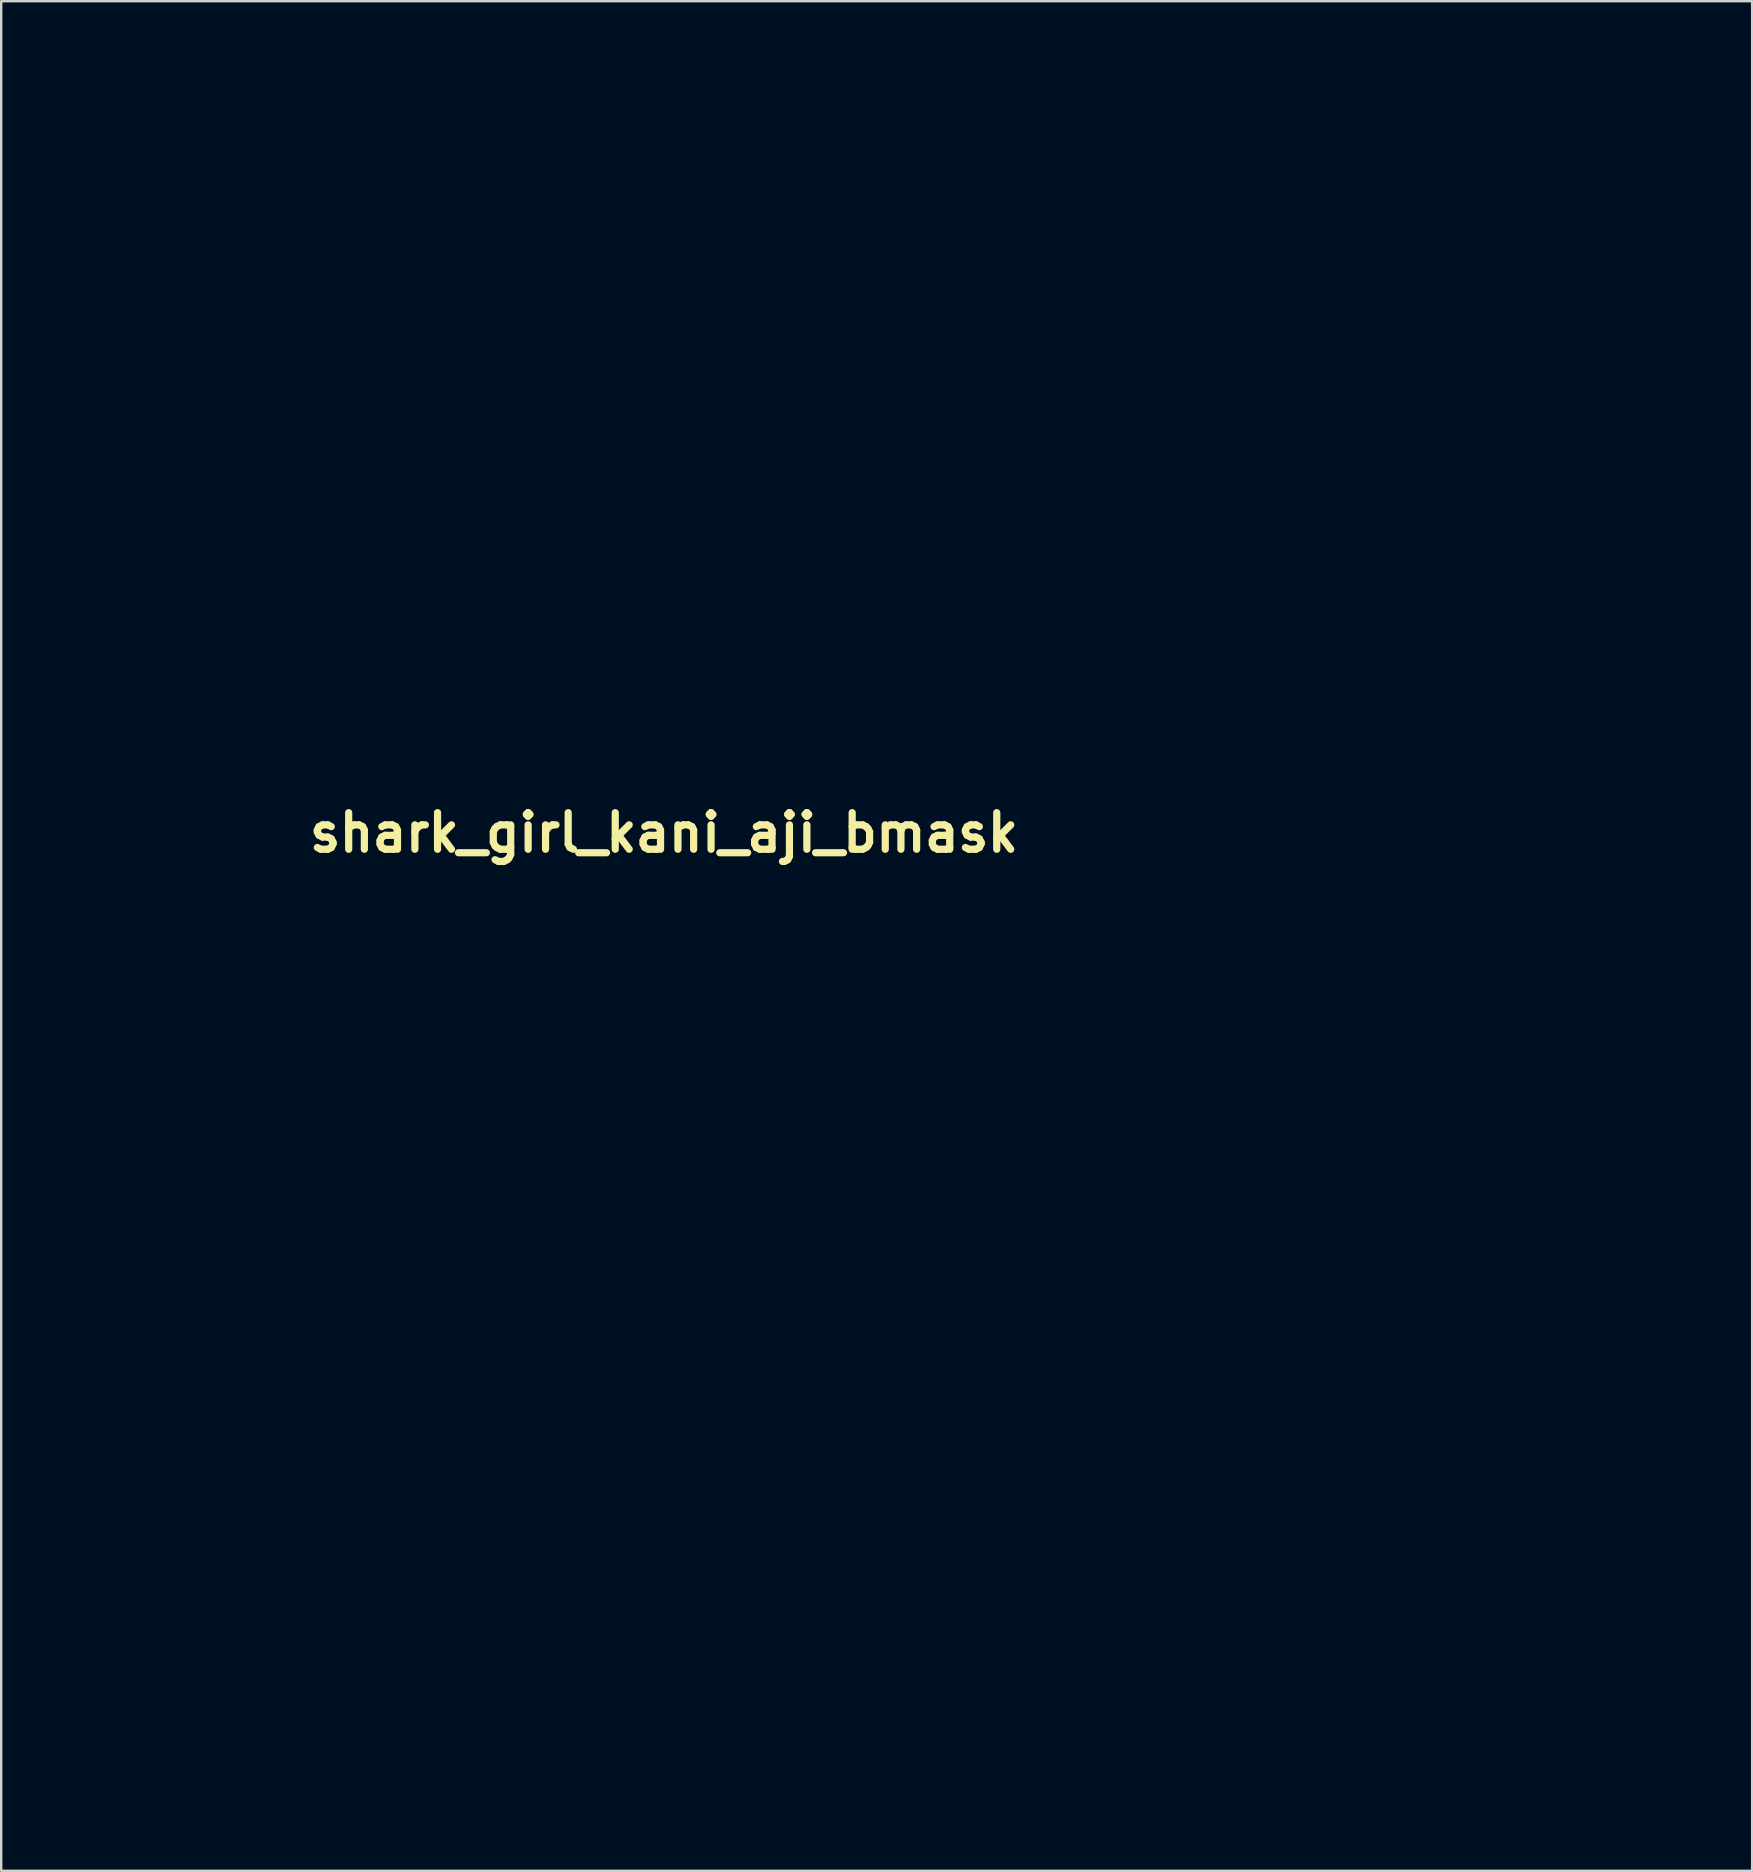
<source format=kicad_pcb>
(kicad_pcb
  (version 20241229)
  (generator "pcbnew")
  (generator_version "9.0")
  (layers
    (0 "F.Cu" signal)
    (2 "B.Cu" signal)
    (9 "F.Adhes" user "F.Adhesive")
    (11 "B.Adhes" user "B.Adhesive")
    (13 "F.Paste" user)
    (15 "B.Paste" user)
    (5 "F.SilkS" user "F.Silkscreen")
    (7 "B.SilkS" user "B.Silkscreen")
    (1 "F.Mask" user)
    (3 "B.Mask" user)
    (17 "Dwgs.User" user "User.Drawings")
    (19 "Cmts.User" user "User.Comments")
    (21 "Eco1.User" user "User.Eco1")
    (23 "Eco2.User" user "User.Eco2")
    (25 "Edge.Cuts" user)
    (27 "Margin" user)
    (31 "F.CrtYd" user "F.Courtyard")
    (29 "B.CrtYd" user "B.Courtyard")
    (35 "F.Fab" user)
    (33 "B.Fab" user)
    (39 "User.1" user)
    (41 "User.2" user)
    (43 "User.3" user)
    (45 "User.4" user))
  (footprint "shark_girl_kani_aji_bmask"
    (layer "F.Cu")
    (at 24.611 31.638)
    (property "Reference" "shark_girl_kani_aji_bmask" (at 0 0 0) (layer "F.SilkS") (effects (font (size 1.524 1.524) (thickness 0.3))))
    (attr through_hole)
    (fp_poly (pts (xy -19.352 33.504) (xy -19.473 33.625) (xy -19.594 33.504) (xy -19.473 33.383) (xy -19.352 33.504)) (stroke (width 0.01) (type solid)) (fill yes) (layer "B.Mask"))
    (fp_poly (pts (xy -22.578 34.673) (xy -22.611 34.817) (xy -22.739 34.834) (xy -22.938 34.746) (xy -22.9 34.673) (xy -22.613 34.644) (xy -22.578 34.673)) (stroke (width 0.01) (type solid)) (fill yes) (layer "B.Mask"))
    (fp_poly (pts (xy -20.622 34.668) (xy -20.547 34.738) (xy -20.882 34.776) (xy -21.046 34.778) (xy -21.486 34.753) (xy -21.538 34.69) (xy -21.469 34.668) (xy -20.856 34.63) (xy -20.622 34.668)) (stroke (width 0.01) (type solid)) (fill yes) (layer "B.Mask"))
    (fp_poly (pts (xy -18.278 34.373) (xy -18.542 34.539) (xy -18.907 34.599) (xy -19.109 34.513) (xy -19.11 34.5) (xy -18.911 34.373) (xy -18.626 34.28) (xy -18.299 34.264) (xy -18.278 34.373)) (stroke (width 0.01) (type solid)) (fill yes) (layer "B.Mask"))
    (fp_poly (pts (xy -14.752 -21.357) (xy -14.332 -21.128) (xy -14.34 -20.829) (xy -14.502 -20.69) (xy -14.778 -20.758) (xy -14.982 -21.015) (xy -15.11 -21.353) (xy -14.895 -21.39) (xy -14.752 -21.357)) (stroke (width 0.01) (type solid)) (fill yes) (layer "B.Mask"))
    (fp_poly (pts (xy -4.907 -11.026) (xy -5.187 -10.781) (xy -5.592 -10.551) (xy -6.038 -10.419) (xy -6.381 -10.404) (xy -6.477 -10.522) (xy -6.398 -10.627) (xy -6.01 -10.836) (xy -5.443 -11.006) (xy -4.965 -11.094) (xy -4.907 -11.026)) (stroke (width 0.01) (type solid)) (fill yes) (layer "B.Mask"))
    (fp_poly (pts (xy -20.575 31.531) (xy -20.562 31.602) (xy -20.753 31.888) (xy -21.184 32.2) (xy -21.643 32.394) (xy -21.748 32.408) (xy -21.923 32.33) (xy -21.741 32.034) (xy -21.65 31.931) (xy -21.224 31.59) (xy -20.812 31.44) (xy -20.575 31.531)) (stroke (width 0.01) (type solid)) (fill yes) (layer "B.Mask"))
    (fp_poly (pts (xy -22.253 32.364) (xy -22.169 32.533) (xy -22.155 32.813) (xy -22.247 32.836) (xy -22.541 32.962) (xy -22.809 33.242) (xy -23.094 33.532) (xy -23.253 33.41) (xy -23.266 33.375) (xy -23.204 32.978) (xy -22.927 32.512) (xy -22.583 32.203) (xy -22.469 32.173) (xy -22.253 32.364)) (stroke (width 0.01) (type solid)) (fill yes) (layer "B.Mask"))
    (fp_poly (pts (xy -1.761 4.068) (xy -1.478 4.546) (xy -1.205 5.131) (xy -1.022 5.65) (xy -1.01 5.929) (xy -1.01 5.929) (xy -1.258 5.911) (xy -1.311 5.866) (xy -1.499 5.562) (xy -1.766 5.02) (xy -2.019 4.441) (xy -2.167 4.026) (xy -2.177 3.962) (xy -1.995 3.871) (xy -1.972 3.87) (xy -1.761 4.068)) (stroke (width 0.01) (type solid)) (fill yes) (layer "B.Mask"))
    (fp_poly (pts (xy -9.309 -1.045) (xy -9.507 -0.601) (xy -9.947 0.047) (xy -10.582 0.823) (xy -10.603 0.847) (xy -11.178 1.457) (xy -11.599 1.834) (xy -11.813 1.938) (xy -11.766 1.729) (xy -11.73 1.664) (xy -11.379 1.123) (xy -10.889 0.459) (xy -10.353 -0.215) (xy -9.861 -0.787) (xy -9.505 -1.145) (xy -9.396 -1.21) (xy -9.309 -1.045)) (stroke (width 0.01) (type solid)) (fill yes) (layer "B.Mask"))
    (fp_poly (pts (xy -10.426 -1.999) (xy -10.67 -1.565) (xy -11.119 -0.901) (xy -11.492 -0.392) (xy -12.097 0.4) (xy -12.59 1.022) (xy -12.901 1.389) (xy -12.971 1.451) (xy -13.056 1.257) (xy -13.063 1.137) (xy -12.913 0.789) (xy -12.525 0.208) (xy -11.996 -0.489) (xy -11.419 -1.183) (xy -10.891 -1.757) (xy -10.506 -2.092) (xy -10.434 -2.128) (xy -10.426 -1.999)) (stroke (width 0.01) (type solid)) (fill yes) (layer "B.Mask"))
    (fp_poly (pts (xy -21.428 32.737) (xy -20.917 32.882) (xy -20.724 32.907) (xy -20.668 33.028) (xy -20.911 33.27) (xy -21.203 33.52) (xy -21.109 33.622) (xy -20.669 33.653) (xy -19.957 33.682) (xy -20.683 33.867) (xy -21.463 34.001) (xy -22.255 34.058) (xy -23.102 34.065) (xy -22.339 33.844) (xy -21.819 33.629) (xy -21.674 33.331) (xy -21.712 33.099) (xy -21.749 32.727) (xy -21.514 32.707) (xy -21.428 32.737)) (stroke (width 0.01) (type solid)) (fill yes) (layer "B.Mask"))
    (fp_poly (pts (xy -10.437 -13.409) (xy -10.481 -13.134) (xy -10.704 -12.981) (xy -10.789 -12.875) (xy -10.583 -12.84) (xy -10.225 -12.937) (xy -10.16 -13.063) (xy -9.976 -13.298) (xy -9.918 -13.305) (xy -9.694 -13.148) (xy -9.727 -12.816) (xy -9.981 -12.521) (xy -10.059 -12.484) (xy -10.769 -12.346) (xy -11.208 -12.56) (xy -11.278 -12.688) (xy -11.287 -13.207) (xy -10.946 -13.518) (xy -10.75 -13.547) (xy -10.437 -13.409)) (stroke (width 0.01) (type solid)) (fill yes) (layer "B.Mask"))
    (fp_poly (pts (xy -15.433 -4.363) (xy -15.025 -3.8) (xy -14.785 -3.043) (xy -14.913 -2.507) (xy -15.319 -2.255) (xy -15.916 -2.348) (xy -16.524 -2.76) (xy -17.037 -3.423) (xy -17.045 -3.475) (xy -15.966 -3.475) (xy -15.828 -3.091) (xy -15.804 -3.064) (xy -15.545 -3.007) (xy -15.518 -3.028) (xy -15.552 -3.276) (xy -15.679 -3.439) (xy -15.923 -3.575) (xy -15.966 -3.475) (xy -17.045 -3.475) (xy -17.14 -4.033) (xy -16.827 -4.511) (xy -16.691 -4.596) (xy -16.042 -4.706) (xy -15.433 -4.363)) (stroke (width 0.01) (type solid)) (fill yes) (layer "B.Mask"))
    (fp_poly (pts (xy -16.989 -25.36) (xy -17.081 -25.157) (xy -17.236 -24.977) (xy -17.652 -24.238) (xy -17.964 -23.144) (xy -18.165 -21.813) (xy -18.247 -20.363) (xy -18.204 -18.913) (xy -18.028 -17.581) (xy -17.752 -16.584) (xy -17.747 -16.265) (xy -17.856 -16.208) (xy -18.088 -16.414) (xy -18.324 -16.919) (xy -18.349 -16.994) (xy -18.641 -18.082) (xy -18.775 -19.052) (xy -18.764 -20.103) (xy -18.635 -21.327) (xy -18.39 -22.834) (xy -18.091 -24.041) (xy -17.758 -24.895) (xy -17.409 -25.344) (xy -17.239 -25.4) (xy -16.989 -25.36)) (stroke (width 0.01) (type solid)) (fill yes) (layer "B.Mask"))
    (fp_poly (pts (xy -19.588 31.598) (xy -18.945 32.102) (xy -18.731 32.294) (xy -18.271 32.762) (xy -18.066 33.07) (xy -18.11 33.141) (xy -18.298 33.28) (xy -18.264 33.383) (xy -18.275 33.606) (xy -18.356 33.625) (xy -18.698 33.448) (xy -18.748 33.383) (xy -18.705 33.162) (xy -18.58 33.133) (xy -18.475 33.023) (xy -18.723 32.778) (xy -19.155 32.556) (xy -19.388 32.558) (xy -19.757 32.569) (xy -19.862 32.52) (xy -19.972 32.302) (xy -19.802 32.147) (xy -19.616 31.973) (xy -19.776 31.935) (xy -20.057 31.779) (xy -20.078 31.69) (xy -19.959 31.464) (xy -19.588 31.598)) (stroke (width 0.01) (type solid)) (fill yes) (layer "B.Mask"))
    (fp_poly (pts (xy -7.871 -16.838) (xy -7.862 -16.691) (xy -7.812 -16.48) (xy -7.661 -16.45) (xy -7.332 -16.24) (xy -7.144 -15.719) (xy -7.129 -15.045) (xy -7.273 -14.477) (xy -7.696 -13.939) (xy -8.274 -13.779) (xy -8.854 -14.033) (xy -8.902 -14.079) (xy -9.161 -14.525) (xy -9.192 -14.712) (xy -9.343 -14.942) (xy -9.737 -14.896) (xy -10.368 -14.739) (xy -11.095 -14.59) (xy -11.628 -14.514) (xy -11.782 -14.604) (xy -11.651 -14.924) (xy -11.634 -14.957) (xy -11.155 -15.393) (xy -10.232 -15.781) (xy -9.973 -15.857) (xy -9.028 -16.123) (xy -8.486 -16.287) (xy -8.281 -16.377) (xy -8.349 -16.417) (xy -8.541 -16.43) (xy -8.837 -16.538) (xy -8.782 -16.736) (xy -8.462 -16.901) (xy -8.196 -16.933) (xy -7.871 -16.838)) (stroke (width 0.01) (type solid)) (fill yes) (layer "B.Mask"))
    (fp_poly (pts (xy -19.402 29.072) (xy -18.84 29.165) (xy -18.737 29.214) (xy -18.287 29.727) (xy -17.844 30.557) (xy -17.48 31.538) (xy -17.269 32.506) (xy -17.266 32.528) (xy -17.209 34.024) (xy -17.444 35.196) (xy -17.962 36.093) (xy -18.328 36.455) (xy -18.777 36.679) (xy -19.455 36.816) (xy -20.199 36.893) (xy -21.226 36.948) (xy -21.953 36.888) (xy -22.553 36.692) (xy -22.739 36.602) (xy -23.54 35.95) (xy -23.874 35.318) (xy -24.089 34.259) (xy -24.144 32.949) (xy -24.092 32.28) (xy -23.588 32.28) (xy -23.577 32.981) (xy -23.527 33.509) (xy -23.437 33.722) (xy -23.418 33.717) (xy -23.323 33.843) (xy -23.332 34.311) (xy -23.363 34.537) (xy -23.419 35.199) (xy -23.258 35.627) (xy -22.824 36.031) (xy -22.408 36.317) (xy -21.982 36.46) (xy -21.391 36.484) (xy -20.482 36.414) (xy -20.441 36.41) (xy -19.555 36.295) (xy -18.846 36.152) (xy -18.467 36.012) (xy -18.464 36.009) (xy -18.059 35.396) (xy -17.817 34.419) (xy -17.761 33.175) (xy -17.77 32.971) (xy -17.903 31.923) (xy -18.156 30.995) (xy -18.486 30.285) (xy -18.852 29.894) (xy -19.096 29.858) (xy -19.509 29.93) (xy -20.255 30.022) (xy -21.186 30.116) (xy -21.352 30.131) (xy -22.263 30.241) (xy -22.978 30.384) (xy -23.367 30.533) (xy -23.395 30.562) (xy -23.495 30.928) (xy -23.56 31.548) (xy -23.588 32.28) (xy -24.092 32.28) (xy -24.039 31.593) (xy -23.869 30.722) (xy -23.629 30.008) (xy -23.363 29.682) (xy -22.104 29.682) (xy -21.771 29.716) (xy -21.428 29.678) (xy -21.469 29.594) (xy -21.964 29.562) (xy -22.074 29.594) (xy -22.104 29.682) (xy -23.363 29.682) (xy -23.3 29.606) (xy -22.742 29.345) (xy -22.739 29.345) (xy -22.056 29.19) (xy -21.167 29.089) (xy -20.23 29.048) (xy -19.402 29.072)) (stroke (width 0.01) (type solid)) (fill yes) (layer "B.Mask"))
    (fp_poly (pts (xy -10.587 -31.48) (xy -8.445 -30.925) (xy -6.482 -29.995) (xy -4.75 -28.721) (xy -3.302 -27.129) (xy -2.189 -25.247) (xy -1.717 -24.031) (xy -1.363 -23.044) (xy -0.937 -22.023) (xy -0.486 -21.068) (xy -0.063 -20.278) (xy 0.285 -19.755) (xy 0.487 -19.594) (xy 0.676 -19.39) (xy 0.726 -19.068) (xy 0.726 -18.542) (xy 0.181 -19.024) (xy -0.445 -19.52) (xy -1.028 -19.918) (xy -1.693 -20.331) (xy -1.693 -18.168) (xy -1.714 -16.874) (xy -1.785 -15.999) (xy -1.916 -15.482) (xy -2.12 -15.26) (xy -2.234 -15.24) (xy -2.365 -15.465) (xy -2.374 -16.1) (xy -2.336 -16.51) (xy -2.285 -17.148) (xy -2.315 -17.398) (xy -2.39 -17.296) (xy -2.475 -16.848) (xy -2.544 -16.029) (xy -2.594 -14.953) (xy -2.623 -13.734) (xy -2.629 -12.485) (xy -2.611 -11.32) (xy -2.566 -10.352) (xy -2.524 -9.907) (xy -2.409 -9.116) (xy -2.24 -8.638) (xy -1.915 -8.421) (xy -1.338 -8.409) (xy -0.407 -8.55) (xy -0.118 -8.601) (xy 1.518 -8.851) (xy 2.748 -8.94) (xy 3.629 -8.86) (xy 4.213 -8.601) (xy 4.558 -8.152) (xy 4.676 -7.764) (xy 4.821 -7.304) (xy 5.112 -7.078) (xy 5.706 -6.981) (xy 5.857 -6.969) (xy 6.453 -6.897) (xy 6.85 -6.713) (xy 7.186 -6.31) (xy 7.583 -5.61) (xy 7.963 -4.849) (xy 8.12 -4.339) (xy 8.085 -3.916) (xy 7.984 -3.631) (xy 7.617 -2.978) (xy 7.234 -2.519) (xy 7.018 -2.292) (xy 6.974 -2.067) (xy 7.148 -1.75) (xy 7.584 -1.244) (xy 8.047 -0.748) (xy 9.789 1.175) (xy 11.156 2.854) (xy 12.171 4.315) (xy 12.341 4.596) (xy 13.441 6.695) (xy 14.453 9.053) (xy 15.284 11.446) (xy 15.622 12.655) (xy 16.241 15.119) (xy 17.855 16.329) (xy 18.488 16.843) (xy 19.393 17.635) (xy 20.499 18.638) (xy 21.736 19.789) (xy 23.034 21.023) (xy 23.843 21.807) (xy 25.336 23.251) (xy 26.548 24.389) (xy 27.531 25.267) (xy 28.336 25.928) (xy 29.017 26.417) (xy 29.626 26.778) (xy 29.772 26.853) (xy 30.675 27.328) (xy 31.507 27.807) (xy 32.052 28.161) (xy 32.705 28.605) (xy 33.526 29.118) (xy 33.903 29.34) (xy 34.793 29.918) (xy 35.695 30.6) (xy 35.98 30.843) (xy 36.986 31.637) (xy 38.314 32.525) (xy 39.837 33.425) (xy 40.912 33.999) (xy 41.583 34.4) (xy 42.058 34.79) (xy 42.182 34.964) (xy 42.323 35.786) (xy 42.078 36.421) (xy 41.962 36.535) (xy 41.737 36.673) (xy 41.668 36.516) (xy 41.728 35.981) (xy 41.747 35.864) (xy 41.903 34.885) (xy 39.639 33.719) (xy 38.543 33.11) (xy 37.481 32.444) (xy 36.612 31.823) (xy 36.286 31.549) (xy 35.297 30.748) (xy 33.994 29.85) (xy 32.51 28.939) (xy 30.979 28.097) (xy 29.854 27.55) (xy 29.156 27.188) (xy 28.415 26.698) (xy 27.56 26.025) (xy 26.522 25.115) (xy 25.229 23.91) (xy 25.108 23.795) (xy 24.058 22.79) (xy 23.11 21.876) (xy 22.329 21.115) (xy 21.777 20.568) (xy 21.53 20.31) (xy 21.123 19.899) (xy 20.425 19.257) (xy 19.521 18.456) (xy 18.496 17.57) (xy 17.435 16.671) (xy 16.422 15.832) (xy 15.544 15.126) (xy 14.948 14.672) (xy 13.501 13.656) (xy 12.324 12.929) (xy 11.328 12.456) (xy 10.427 12.2) (xy 9.531 12.125) (xy 8.801 12.168) (xy 8.036 12.266) (xy 7.471 12.375) (xy 7.295 12.435) (xy 7.221 12.69) (xy 7.283 13.3) (xy 7.487 14.291) (xy 7.838 15.69) (xy 8.281 17.312) (xy 8.83 19.264) (xy 11.57 21.848) (xy 12.535 22.738) (xy 13.396 23.495) (xy 14.086 24.063) (xy 14.535 24.383) (xy 14.654 24.432) (xy 14.964 24.571) (xy 14.998 24.677) (xy 15.197 24.942) (xy 15.718 25.35) (xy 16.452 25.831) (xy 17.287 26.317) (xy 18.114 26.735) (xy 18.533 26.915) (xy 19.406 27.321) (xy 20.29 27.825) (xy 20.441 27.925) (xy 21.08 28.302) (xy 21.608 28.519) (xy 21.745 28.54) (xy 22.173 28.613) (xy 22.906 28.81) (xy 23.827 29.092) (xy 24.818 29.42) (xy 25.761 29.753) (xy 26.539 30.052) (xy 27.034 30.278) (xy 27.144 30.357) (xy 27.161 30.717) (xy 27.083 30.829) (xy 26.91 31.269) (xy 26.858 31.994) (xy 26.921 32.823) (xy 27.091 33.575) (xy 27.203 33.845) (xy 27.688 34.435) (xy 28.274 34.822) (xy 28.991 34.974) (xy 29.702 34.906) (xy 30.197 34.642) (xy 30.238 34.59) (xy 30.518 34.408) (xy 30.985 34.266) (xy 31.466 34.193) (xy 31.791 34.218) (xy 31.826 34.325) (xy 31.863 34.553) (xy 32.047 34.592) (xy 32.417 34.693) (xy 33.11 34.964) (xy 34.013 35.359) (xy 34.7 35.681) (xy 35.755 36.176) (xy 36.537 36.492) (xy 37.208 36.669) (xy 37.928 36.747) (xy 38.856 36.766) (xy 39.107 36.765) (xy 41.245 36.761) (xy 40.448 36.251) (xy 39.941 35.859) (xy 39.801 35.616) (xy 40.021 35.588) (xy 40.507 35.795) (xy 41.069 36.237) (xy 41.303 36.729) (xy 41.239 37.021) (xy 40.954 37.115) (xy 40.305 37.187) (xy 39.41 37.225) (xy 39.009 37.229) (xy 37.919 37.21) (xy 37.146 37.131) (xy 36.524 36.958) (xy 35.886 36.655) (xy 35.689 36.547) (xy 34.789 36.095) (xy 33.694 35.618) (xy 32.846 35.294) (xy 31.957 34.999) (xy 31.363 34.87) (xy 30.909 34.891) (xy 30.441 35.045) (xy 30.427 35.051) (xy 29.349 35.427) (xy 28.539 35.511) (xy 27.869 35.293) (xy 27.216 34.764) (xy 26.73 34.211) (xy 26.448 33.659) (xy 26.33 32.962) (xy 26.337 31.976) (xy 26.358 31.598) (xy 26.301 30.817) (xy 25.962 30.393) (xy 25.266 30.245) (xy 25.112 30.242) (xy 24.581 30.164) (xy 24.323 30.015) (xy 24.044 29.843) (xy 23.418 29.576) (xy 22.561 29.261) (xy 22.192 29.136) (xy 21.265 28.787) (xy 20.131 28.295) (xy 18.898 27.714) (xy 17.67 27.097) (xy 16.554 26.497) (xy 15.655 25.969) (xy 15.079 25.565) (xy 15.022 25.514) (xy 14.777 25.379) (xy 14.435 25.441) (xy 13.889 25.737) (xy 13.329 26.105) (xy 12.597 26.585) (xy 12.002 26.95) (xy 11.682 27.117) (xy 11.572 27.376) (xy 11.732 27.935) (xy 12.119 28.724) (xy 12.691 29.676) (xy 13.404 30.722) (xy 14.214 31.793) (xy 15.078 32.82) (xy 15.755 33.542) (xy 16.363 34.063) (xy 17.269 34.73) (xy 18.351 35.457) (xy 19.445 36.133) (xy 20.787 36.927) (xy 21.766 37.523) (xy 22.441 37.964) (xy 22.868 38.295) (xy 23.102 38.56) (xy 23.202 38.803) (xy 23.223 39.068) (xy 23.223 39.079) (xy 23.193 39.402) (xy 23.028 39.58) (xy 22.618 39.655) (xy 21.852 39.672) (xy 21.699 39.672) (xy 20.866 39.704) (xy 20.225 39.786) (xy 19.945 39.883) (xy 19.568 40.017) (xy 18.84 40.125) (xy 17.892 40.201) (xy 16.856 40.239) (xy 15.864 40.231) (xy 15.047 40.172) (xy 14.822 40.137) (xy 13.967 39.884) (xy 13.041 39.484) (xy 12.745 39.323) (xy 12.007 38.956) (xy 11.34 38.73) (xy 11.106 38.697) (xy 10.319 38.579) (xy 9.376 38.29) (xy 8.45 37.899) (xy 7.714 37.476) (xy 7.414 37.211) (xy 7.183 36.853) (xy 7.063 36.412) (xy 7.036 35.756) (xy 7.086 34.753) (xy 7.087 34.726) (xy 7.139 33.734) (xy 7.108 33.014) (xy 6.957 32.37) (xy 6.646 31.608) (xy 6.367 31.01) (xy 6.15 30.552) (xy 6.774 30.552) (xy 6.873 30.903) (xy 7.106 31.389) (xy 7.379 31.844) (xy 7.597 32.098) (xy 7.651 32.102) (xy 7.612 31.844) (xy 7.371 31.344) (xy 7.271 31.173) (xy 6.963 30.71) (xy 6.789 30.53) (xy 6.774 30.552) (xy 6.15 30.552) (xy 5.599 29.391) (xy 6.048 29.391) (xy 6.169 29.512) (xy 6.29 29.391) (xy 6.169 29.27) (xy 6.048 29.391) (xy 5.599 29.391) (xy 5.516 29.216) (xy 4.512 29.407) (xy 3.364 29.545) (xy 2.286 29.532) (xy 1.447 29.375) (xy 1.243 29.288) (xy 0.942 29.226) (xy 0.563 29.386) (xy 0.014 29.822) (xy -0.471 30.271) (xy -1.716 31.281) (xy -2.995 31.913) (xy -4.476 32.238) (xy -5.201 32.3) (xy -6.064 32.373) (xy -6.781 32.476) (xy -7.106 32.557) (xy -7.58 32.554) (xy -7.783 32.332) (xy -8.136 31.992) (xy -8.352 31.931) (xy -8.568 32.027) (xy -8.518 32.392) (xy -8.455 32.566) (xy -8.349 33.198) (xy -8.626 33.627) (xy -9.327 33.9) (xy -9.619 33.957) (xy -10.475 34.106) (xy -11.289 34.254) (xy -11.309 34.258) (xy -12.488 34.328) (xy -13.634 34.136) (xy -14.58 33.72) (xy -14.942 33.424) (xy -15.535 32.613) (xy -16.125 31.5) (xy -16.635 30.262) (xy -16.984 29.075) (xy -17.061 28.662) (xy -17.262 27.72) (xy -17.581 26.657) (xy -17.779 26.126) (xy -18.177 25.088) (xy -18.573 23.961) (xy -18.733 23.465) (xy -19.051 22.543) (xy -19.407 21.665) (xy -19.587 21.288) (xy -19.868 20.675) (xy -20.239 19.763) (xy -20.635 18.711) (xy -20.788 18.282) (xy -21.107 17.313) (xy -21.34 16.42) (xy -21.51 15.471) (xy -21.64 14.332) (xy -21.752 12.872) (xy -21.777 12.491) (xy -21.874 11.204) (xy -21.974 10.19) (xy -21.286 10.19) (xy -21.279 11.14) (xy -21.23 12.507) (xy -21.225 12.64) (xy -21.165 14.069) (xy -21.088 15.143) (xy -20.975 15.992) (xy -20.803 16.745) (xy -20.553 17.531) (xy -20.329 18.143) (xy -19.927 19.162) (xy -19.528 20.09) (xy -19.2 20.773) (xy -19.114 20.925) (xy -18.807 21.557) (xy -18.424 22.532) (xy -18.004 23.726) (xy -17.59 25.012) (xy -17.22 26.265) (xy -16.935 27.358) (xy -16.775 28.167) (xy -16.764 28.255) (xy -16.57 29.132) (xy -16.19 30.208) (xy -15.702 31.302) (xy -15.184 32.233) (xy -14.841 32.697) (xy -14.259 33.064) (xy -13.599 33.108) (xy -13.13 32.869) (xy -13.02 32.556) (xy -13.298 32.125) (xy -13.323 32.098) (xy -13.629 31.593) (xy -13.767 30.845) (xy -13.785 30.253) (xy -13.757 29.497) (xy -13.675 29.19) (xy -13.547 29.27) (xy -13.382 29.758) (xy -13.309 30.431) (xy -13.308 30.448) (xy -13.096 31.336) (xy -12.574 32.095) (xy -12.092 32.759) (xy -12.026 33.182) (xy -12.377 33.371) (xy -12.579 33.383) (xy -13.036 33.497) (xy -13.184 33.625) (xy -13.11 33.796) (xy -12.695 33.863) (xy -12.07 33.83) (xy -11.364 33.706) (xy -10.727 33.504) (xy -10.019 33.261) (xy -9.413 33.137) (xy -9.344 33.133) (xy -8.987 33.109) (xy -9.031 32.981) (xy -9.313 32.759) (xy -9.845 32.514) (xy -10.215 32.5) (xy -10.632 32.366) (xy -11.071 31.751) (xy -11.53 30.654) (xy -11.763 29.937) (xy -12.067 29.221) (xy -12.494 28.535) (xy -12.955 27.992) (xy -13.361 27.702) (xy -13.558 27.705) (xy -13.826 27.63) (xy -14.099 27.39) (xy -14.295 27.077) (xy -14.479 26.557) (xy -14.663 25.779) (xy -14.856 24.688) (xy -15.068 23.233) (xy -15.311 21.359) (xy -15.365 20.925) (xy -15.571 19.465) (xy -15.835 17.916) (xy -16.119 16.479) (xy -16.348 15.5) (xy -16.642 14.265) (xy -16.751 13.547) (xy -15.884 13.547) (xy -15.874 14.274) (xy -15.846 14.635) (xy -15.806 14.582) (xy -15.789 14.454) (xy -15.75 13.545) (xy -15.789 12.64) (xy -15.833 12.427) (xy -15.866 12.647) (xy -15.883 13.251) (xy -15.884 13.547) (xy -16.751 13.547) (xy -16.763 13.466) (xy -16.714 13.086) (xy -16.686 13.06) (xy -16.54 12.755) (xy -16.398 12.104) (xy -16.289 11.241) (xy -16.283 11.167) (xy -16.222 10.253) (xy -16.236 9.753) (xy -15.656 9.753) (xy -15.613 10.387) (xy -15.53 11.174) (xy -15.418 12.003) (xy -15.285 12.767) (xy -15.256 12.906) (xy -15.154 13.587) (xy -15.055 14.622) (xy -14.967 15.88) (xy -14.902 17.231) (xy -14.893 17.502) (xy -14.821 19.048) (xy -14.71 20.711) (xy -14.573 22.29) (xy -14.431 23.56) (xy -14.079 26.196) (xy -12.603 27.511) (xy -11.914 28.176) (xy -11.397 28.775) (xy -11.141 29.2) (xy -11.128 29.27) (xy -10.997 30.033) (xy -10.63 30.433) (xy -10.39 30.48) (xy -9.925 30.612) (xy -9.745 30.91) (xy -9.936 31.222) (xy -9.948 31.229) (xy -9.935 31.349) (xy -9.473 31.423) (xy -8.769 31.444) (xy -7.986 31.423) (xy -7.439 31.364) (xy -7.257 31.29) (xy -7.355 31.003) (xy -7.609 30.426) (xy -7.858 29.899) (xy -8.242 28.984) (xy -8.625 27.867) (xy -8.868 27.002) (xy -9.04 26.227) (xy -9.136 25.523) (xy -9.161 24.757) (xy -9.118 23.795) (xy -9.045 22.921) (xy -8.632 22.921) (xy -8.558 24.296) (xy -8.375 25.716) (xy -8.104 27.066) (xy -7.766 28.231) (xy -7.383 29.095) (xy -7.143 29.419) (xy -6.864 29.894) (xy -6.649 30.592) (xy -6.622 30.739) (xy -6.5 31.333) (xy -6.286 31.607) (xy -5.825 31.685) (xy -5.43 31.69) (xy -4.528 31.63) (xy -3.52 31.482) (xy -3.209 31.417) (xy -2.51 31.214) (xy -2.016 30.918) (xy -1.566 30.405) (xy -1.194 29.854) (xy -0.741 29.185) (xy -0.417 28.763) (xy 1.451 28.763) (xy 1.664 28.968) (xy 2.191 29.093) (xy 2.865 29.116) (xy 3.387 29.047) (xy 4.03 28.957) (xy 4.839 28.914) (xy 4.989 28.913) (xy 5.608 28.902) (xy 5.827 28.814) (xy 5.73 28.581) (xy 5.608 28.416) (xy 5.361 28.15) (xy 5.044 28.025) (xy 4.524 28.02) (xy 3.664 28.114) (xy 3.643 28.117) (xy 2.592 28.262) (xy 1.936 28.388) (xy 1.587 28.52) (xy 1.46 28.684) (xy 1.451 28.763) (xy -0.417 28.763) (xy -0.38 28.715) (xy -0.205 28.555) (xy -0.025 28.355) (xy 0.342 27.823) (xy 0.355 27.803) (xy 1.027 27.803) (xy 1.06 27.819) (xy 1.281 27.649) (xy 1.33 27.577) (xy 1.374 27.418) (xy 2.049 27.418) (xy 2.11 27.547) (xy 2.54 27.42) (xy 3.044 27.184) (xy 3.935 27.184) (xy 3.941 27.304) (xy 4.219 27.335) (xy 4.621 27.202) (xy 4.703 27.116) (xy 4.626 26.992) (xy 4.355 27.023) (xy 3.935 27.184) (xy 3.044 27.184) (xy 3.359 27.037) (xy 3.461 26.985) (xy 4.624 26.395) (xy 4.104 25.875) (xy 3.584 25.356) (xy 3.206 25.922) (xy 2.743 26.548) (xy 2.339 27.033) (xy 2.049 27.418) (xy 1.374 27.418) (xy 1.392 27.351) (xy 1.359 27.335) (xy 1.138 27.506) (xy 1.089 27.577) (xy 1.027 27.803) (xy 0.355 27.803) (xy 0.73 27.214) (xy 1.415 27.214) (xy 2.394 26.126) (xy 2.917 25.501) (xy 3.275 24.99) (xy 3.379 24.749) (xy 3.302 24.373) (xy 3.062 24.413) (xy 2.692 24.845) (xy 2.225 25.641) (xy 2.19 25.707) (xy 1.415 27.214) (xy 0.73 27.214) (xy 0.84 27.043) (xy 1.322 26.251) (xy 2.69 23.957) (xy 1.982 22.925) (xy 0.875 21.095) (xy -0.036 19.158) (xy -0.709 17.229) (xy -1.101 15.423) (xy -1.186 14.186) (xy -1.163 12.7) (xy -0.835 14.806) (xy -0.223 17.433) (xy 0.785 19.927) (xy 2.223 22.354) (xy 3.465 24.005) (xy 4.097 24.839) (xy 4.766 25.844) (xy 5.513 27.093) (xy 6.384 28.658) (xy 7.131 30.057) (xy 7.494 30.618) (xy 7.828 30.937) (xy 7.917 30.964) (xy 8.13 31.03) (xy 8.202 31.284) (xy 8.131 31.813) (xy 7.915 32.702) (xy 7.862 32.899) (xy 7.525 34.513) (xy 7.492 35.775) (xy 7.78 36.723) (xy 8.406 37.395) (xy 9.388 37.83) (xy 10.16 37.992) (xy 11.291 38.255) (xy 12.463 38.666) (xy 13.063 38.946) (xy 13.67 39.258) (xy 14.178 39.458) (xy 14.714 39.565) (xy 15.408 39.598) (xy 16.389 39.579) (xy 17.054 39.554) (xy 18.347 39.49) (xy 19.654 39.406) (xy 20.782 39.312) (xy 21.288 39.258) (xy 22.86 39.068) (xy 22.308 38.584) (xy 21.864 38.239) (xy 21.582 38.097) (xy 21.401 38.029) (xy 21.009 37.809) (xy 20.361 37.41) (xy 19.411 36.803) (xy 18.115 35.96) (xy 17.78 35.741) (xy 16.777 34.99) (xy 15.7 34.023) (xy 14.61 32.913) (xy 13.569 31.735) (xy 12.639 30.564) (xy 11.882 29.474) (xy 11.361 28.539) (xy 11.136 27.834) (xy 11.132 27.759) (xy 11.007 27.4) (xy 10.871 27.335) (xy 10.722 27.189) (xy 10.755 27.109) (xy 10.762 26.764) (xy 10.618 26.153) (xy 10.513 25.839) (xy 10.215 25.014) (xy 9.854 24.004) (xy 9.62 23.344) (xy 9.271 22.437) (xy 8.901 21.607) (xy 8.668 21.167) (xy 8.397 20.571) (xy 9.236 20.571) (xy 9.364 20.932) (xy 9.608 21.645) (xy 9.933 22.605) (xy 10.273 23.615) (xy 11.174 26.306) (xy 11.951 26.131) (xy 12.738 25.862) (xy 13.379 25.529) (xy 13.83 25.18) (xy 14.03 24.918) (xy 14.03 24.909) (xy 13.854 24.679) (xy 13.384 24.238) (xy 12.712 23.669) (xy 12.491 23.491) (xy 11.604 22.747) (xy 10.73 21.951) (xy 10.051 21.269) (xy 10.027 21.242) (xy 9.56 20.756) (xy 9.278 20.524) (xy 9.236 20.571) (xy 8.397 20.571) (xy 8.359 20.487) (xy 8.223 19.85) (xy 8.223 19.836) (xy 8.15 19.236) (xy 7.972 18.438) (xy 7.88 18.113) (xy 7.677 17.353) (xy 7.432 16.305) (xy 7.189 15.158) (xy 7.116 14.787) (xy 6.908 13.827) (xy 6.703 13.078) (xy 6.532 12.645) (xy 6.464 12.579) (xy 6.336 12.402) (xy 6.374 12.224) (xy 6.4 11.812) (xy 6.341 11.061) (xy 6.216 10.102) (xy 6.048 9.069) (xy 5.858 8.094) (xy 5.666 7.309) (xy 5.532 6.92) (xy 5.1 6.395) (xy 4.407 5.913) (xy 3.666 5.608) (xy 3.343 5.564) (xy 2.897 5.433) (xy 2.512 5.214) (xy 2.164 5.029) (xy 1.819 5.062) (xy 1.312 5.346) (xy 1.067 5.512) (xy 0.324 6.094) (xy -0.574 6.905) (xy -1.479 7.8) (xy -2.237 8.636) (xy -2.383 8.813) (xy -3.006 9.642) (xy -3.645 10.566) (xy -4.235 11.483) (xy -4.711 12.29) (xy -5.011 12.883) (xy -5.08 13.12) (xy -5.176 13.43) (xy -5.312 13.432) (xy -5.542 13.53) (xy -5.846 13.908) (xy -6.117 14.396) (xy -6.25 14.824) (xy -6.244 14.93) (xy -6.338 15.22) (xy -6.635 15.775) (xy -6.966 16.315) (xy -7.399 17.047) (xy -7.544 17.487) (xy -7.438 17.702) (xy -7.265 17.865) (xy -7.432 17.897) (xy -7.663 18.123) (xy -7.925 18.726) (xy -8.186 19.605) (xy -8.416 20.658) (xy -8.575 21.705) (xy -8.632 22.921) (xy -9.045 22.921) (xy -9.01 22.505) (xy -8.991 22.307) (xy -8.89 21.151) (xy -8.821 20.182) (xy -8.789 19.495) (xy -8.8 19.183) (xy -8.804 19.176) (xy -8.94 19.319) (xy -9.179 19.823) (xy -9.484 20.586) (xy -9.819 21.507) (xy -10.147 22.484) (xy -10.431 23.415) (xy -10.634 24.199) (xy -10.658 24.311) (xy -10.832 25.75) (xy -10.716 27.154) (xy -10.61 27.988) (xy -10.631 28.446) (xy -10.76 28.496) (xy -10.98 28.11) (xy -11.104 27.783) (xy -11.366 26.362) (xy -11.246 24.685) (xy -10.743 22.743) (xy -9.854 20.529) (xy -9.063 18.929) (xy -8.503 17.826) (xy -8.083 16.921) (xy -7.832 16.283) (xy -7.78 15.981) (xy -7.804 15.966) (xy -8.081 16.131) (xy -8.612 16.579) (xy -9.32 17.242) (xy -10.099 18.021) (xy -10.869 18.793) (xy -11.501 19.388) (xy -11.931 19.747) (xy -12.095 19.815) (xy -12.095 19.812) (xy -11.927 19.493) (xy -11.482 18.946) (xy -10.847 18.259) (xy -10.111 17.519) (xy -9.363 16.815) (xy -8.689 16.235) (xy -8.178 15.868) (xy -8.141 15.848) (xy -7.565 15.374) (xy -6.913 14.587) (xy -6.285 13.623) (xy -5.846 12.763) (xy -5.996 12.636) (xy -6.471 12.579) (xy -6.506 12.579) (xy -7.213 12.422) (xy -7.69 11.925) (xy -7.955 11.053) (xy -8.026 9.77) (xy -8.022 9.594) (xy -7.982 8.006) (xy -7.497 8.006) (xy -7.493 9.396) (xy -7.471 10.384) (xy -7.422 11.054) (xy -7.336 11.488) (xy -7.202 11.769) (xy -7.012 11.977) (xy -6.731 12.199) (xy -6.485 12.225) (xy -6.16 12.008) (xy -5.646 11.499) (xy -5.467 11.313) (xy -4.617 10.225) (xy -4.4 9.797) (xy -3.87 9.797) (xy -3.75 9.918) (xy -3.629 9.797) (xy -3.75 9.676) (xy -3.87 9.797) (xy -4.4 9.797) (xy -4.09 9.184) (xy -3.502 9.184) (xy -3.494 9.319) (xy -3.287 9.14) (xy -2.826 8.623) (xy -2.69 8.467) (xy -2.202 7.876) (xy -1.894 7.445) (xy -1.831 7.285) (xy -2.107 7.296) (xy -2.524 7.597) (xy -2.962 8.069) (xy -3.298 8.598) (xy -3.363 8.756) (xy -3.502 9.184) (xy -4.09 9.184) (xy -4.033 9.073) (xy -4.001 8.978) (xy -3.56 8.022) (xy -2.987 7.299) (xy -2.367 6.894) (xy -1.875 6.859) (xy -1.385 6.763) (xy -0.72 6.314) (xy -0.556 6.17) (xy 0.116 5.612) (xy 0.826 5.113) (xy 1.472 4.731) (xy 1.955 4.526) (xy 2.173 4.554) (xy 2.177 4.581) (xy 2.372 4.811) (xy 2.531 4.838) (xy 2.938 4.919) (xy 3.626 5.128) (xy 4.239 5.345) (xy 4.989 5.674) (xy 5.53 6.07) (xy 5.911 6.621) (xy 6.181 7.418) (xy 6.387 8.55) (xy 6.514 9.54) (xy 6.65 10.527) (xy 6.799 11.331) (xy 6.936 11.83) (xy 6.987 11.922) (xy 7.353 12.002) (xy 8.06 11.937) (xy 8.534 11.844) (xy 9.589 11.674) (xy 10.51 11.709) (xy 11.431 11.983) (xy 12.487 12.529) (xy 13.305 13.043) (xy 14.127 13.573) (xy 14.794 13.987) (xy 15.204 14.221) (xy 15.279 14.252) (xy 15.314 14.051) (xy 15.242 13.507) (xy 15.111 12.881) (xy 14.85 11.856) (xy 14.553 10.902) (xy 14.175 9.895) (xy 13.668 8.71) (xy 12.985 7.222) (xy 12.971 7.191) (xy 12.454 6.148) (xy 11.941 5.217) (xy 11.502 4.521) (xy 11.279 4.242) (xy 10.911 3.831) (xy 10.772 3.588) (xy 10.778 3.575) (xy 10.694 3.342) (xy 10.356 2.829) (xy 9.828 2.12) (xy 9.176 1.299) (xy 8.465 0.447) (xy 7.759 -0.349) (xy 7.536 -0.59) (xy 6.872 -1.275) (xy 6.424 -1.662) (xy 6.081 -1.813) (xy 5.732 -1.788) (xy 5.479 -1.715) (xy 4.814 -1.555) (xy 3.902 -1.399) (xy 3.235 -1.313) (xy 2.319 -1.201) (xy 1.743 -1.064) (xy 1.364 -0.838) (xy 1.04 -0.458) (xy 0.89 -0.242) (xy 0.06 0.814) (xy -0.98 1.89) (xy -2.145 2.922) (xy -3.35 3.845) (xy -4.511 4.596) (xy -5.541 5.109) (xy -6.357 5.32) (xy -6.427 5.322) (xy -6.864 5.275) (xy -6.967 5.093) (xy -6.726 4.711) (xy -6.23 4.172) (xy -5.454 3.371) (xy -5.263 3.371) (xy -5.23 3.387) (xy -5.009 3.216) (xy -4.959 3.145) (xy -4.897 2.919) (xy -4.93 2.903) (xy -5.151 3.073) (xy -5.201 3.145) (xy -5.263 3.371) (xy -5.454 3.371) (xy -5.445 3.362) (xy -7.495 4.475) (xy -7.497 8.006) (xy -7.982 8.006) (xy -7.978 7.862) (xy -9.193 7.325) (xy -9.881 7.037) (xy -10.368 6.865) (xy -10.516 6.841) (xy -10.727 6.719) (xy -10.936 6.485) (xy -11.289 6.175) (xy -11.941 5.725) (xy -12.765 5.222) (xy -12.942 5.121) (xy -13.758 4.672) (xy -14.318 4.442) (xy -14.671 4.481) (xy -14.865 4.839) (xy -14.951 5.565) (xy -14.977 6.709) (xy -14.981 7.182) (xy -15.024 8.374) (xy -15.125 9.188) (xy -15.278 9.593) (xy -15.473 9.561) (xy -15.581 9.375) (xy -15.649 9.379) (xy -15.656 9.753) (xy -16.236 9.753) (xy -16.237 9.724) (xy -16.342 9.483) (xy -16.505 9.434) (xy -16.997 9.388) (xy -17.64 9.281) (xy -18.148 9.234) (xy -18.367 9.323) (xy -18.367 9.341) (xy -18.368 9.661) (xy -18.59 9.763) (xy -19.127 9.664) (xy -19.534 9.546) (xy -20.235 9.333) (xy -20.728 9.229) (xy -21.045 9.296) (xy -21.22 9.596) (xy -21.286 10.19) (xy -21.974 10.19) (xy -21.985 10.084) (xy -22.1 9.222) (xy -22.208 8.709) (xy -22.253 8.614) (xy -22.465 8.519) (xy -22.497 8.66) (xy -22.599 8.937) (xy -22.867 8.815) (xy -23.246 8.322) (xy -23.309 8.219) (xy -23.503 7.835) (xy -23.609 7.419) (xy -23.635 6.854) (xy -23.629 6.751) (xy -23.066 6.751) (xy -22.869 7.274) (xy -22.261 7.767) (xy -21.316 8.196) (xy -20.107 8.526) (xy -18.887 8.707) (xy -17.964 8.796) (xy -17.214 8.87) (xy -16.78 8.914) (xy -16.752 8.917) (xy -16.473 8.798) (xy -16.45 8.709) (xy -16.247 8.512) (xy -15.966 8.467) (xy -15.744 8.433) (xy -15.603 8.273) (xy -15.524 7.899) (xy -15.49 7.222) (xy -15.482 6.154) (xy -15.482 6.087) (xy -15.482 3.706) (xy -17.477 2.277) (xy -18.47 1.537) (xy -19.443 0.768) (xy -20.031 0.27) (xy -19.352 0.27) (xy -19.166 0.472) (xy -18.625 0.374) (xy -18.527 0.338) (xy -18.508 0.323) (xy -17.095 0.323) (xy -17.061 0.466) (xy -16.933 0.484) (xy -16.734 0.395) (xy -16.772 0.323) (xy -17.059 0.294) (xy -17.095 0.323) (xy -18.508 0.323) (xy -18.259 0.12) (xy -18.265 -0.003) (xy -18.558 -0.106) (xy -18.995 -0.027) (xy -19.315 0.171) (xy -19.352 0.27) (xy -20.031 0.27) (xy -20.241 0.092) (xy -20.505 -0.151) (xy -21.004 -0.601) (xy -20.205 -0.601) (xy -20.055 -0.335) (xy -19.784 -0.041) (xy -19.703 -0.161) (xy -19.7 -0.335) (xy -17.819 -0.335) (xy -17.78 -0.242) (xy -17.46 -0.009) (xy -17.389 0) (xy -17.257 -0.149) (xy -17.296 -0.242) (xy -17.617 -0.475) (xy -17.688 -0.484) (xy -17.819 -0.335) (xy -19.7 -0.335) (xy -19.698 -0.456) (xy -19.824 -0.787) (xy -20.015 -0.791) (xy -20.205 -0.601) (xy -21.004 -0.601) (xy -21.064 -0.656) (xy -21.378 -0.887) (xy -19.272 -0.887) (xy -19.239 -0.743) (xy -19.11 -0.726) (xy -18.911 -0.814) (xy -18.949 -0.887) (xy -19.236 -0.916) (xy -19.272 -0.887) (xy -21.378 -0.887) (xy -21.474 -0.958) (xy -21.627 -0.998) (xy -21.833 -0.467) (xy -22.072 0.436) (xy -22.324 1.602) (xy -22.57 2.923) (xy -22.789 4.29) (xy -22.96 5.593) (xy -23.065 6.725) (xy -23.066 6.751) (xy -23.629 6.751) (xy -23.587 6.025) (xy -23.492 5.011) (xy -23.332 3.745) (xy -23.115 2.455) (xy -22.878 1.348) (xy -22.775 0.965) (xy -22.428 -0.202) (xy -22.222 -1.029) (xy -22.207 -1.217) (xy -20.562 -1.217) (xy -20.385 -1.084) (xy -20.199 -1.122) (xy -19.881 -1.294) (xy -19.836 -1.356) (xy -20.034 -1.441) (xy -20.199 -1.451) (xy -20.521 -1.325) (xy -20.562 -1.217) (xy -22.207 -1.217) (xy -22.173 -1.641) (xy -22.294 -2.165) (xy -22.601 -2.728) (xy -23.109 -3.455) (xy -23.341 -3.778) (xy -24.1 -4.906) (xy -24.527 -5.792) (xy -24.606 -6.534) (xy -24.544 -6.684) (xy -23.841 -6.684) (xy -23.818 -5.913) (xy -23.46 -4.951) (xy -22.815 -3.9) (xy -22.183 -3.127) (xy -21.521 -2.543) (xy -20.724 -2.163) (xy -19.978 -1.961) (xy -18.425 -1.468) (xy -17.036 -0.75) (xy -15.917 0.126) (xy -15.2 1.049) (xy -15.043 1.445) (xy -15.179 1.594) (xy -15.662 1.51) (xy -16.2 1.333) (xy -16.954 1.108) (xy -17.597 0.985) (xy -17.75 0.976) (xy -18.264 0.985) (xy -17.765 1.279) (xy -17.259 1.613) (xy -16.607 2.088) (xy -16.412 2.238) (xy -15.832 2.643) (xy -15.383 2.879) (xy -15.278 2.903) (xy -15.013 3.05) (xy -14.998 3.12) (xy -14.808 3.351) (xy -14.313 3.736) (xy -13.728 4.122) (xy -12.771 4.72) (xy -11.714 5.388) (xy -11.156 5.744) (xy -10.304 6.248) (xy -9.464 6.68) (xy -8.979 6.884) (xy -8.104 7.189) (xy -7.897 5.969) (xy -7.796 5.213) (xy -7.838 4.771) (xy -8.047 4.484) (xy -8.139 4.411) (xy -8.352 4.209) (xy -8.357 3.992) (xy -8.264 3.87) (xy -7.862 3.87) (xy -7.843 4.093) (xy -7.755 4.112) (xy -7.509 3.937) (xy -7.499 3.87) (xy -7.582 3.635) (xy -7.606 3.629) (xy -7.812 3.798) (xy -7.862 3.87) (xy -8.264 3.87) (xy -8.107 3.667) (xy -7.549 3.141) (xy -7.378 2.986) (xy -6.169 1.9) (xy -7.631 2.688) (xy -8.686 3.173) (xy -9.413 3.309) (xy -9.819 3.097) (xy -9.918 2.676) (xy -10.03 2.325) (xy -10.291 2.335) (xy -10.542 2.346) (xy -10.576 2.027) (xy -10.54 1.793) (xy -10.5 1.715) (xy -9.921 1.715) (xy -9.694 1.728) (xy -9.171 1.428) (xy -9.011 1.311) (xy -8.446 0.874) (xy -8.061 0.551) (xy -7.983 0.472) (xy -7.694 0.248) (xy -7.318 0.028) (xy -6.914 -0.136) (xy -6.78 -0.003) (xy -6.773 0.113) (xy -6.954 0.431) (xy -7.43 0.933) (xy -8.106 1.518) (xy -8.23 1.616) (xy -9.051 2.317) (xy -9.453 2.793) (xy -9.46 3.022) (xy -9.092 2.978) (xy -8.373 2.638) (xy -7.676 2.213) (xy -6.879 1.727) (xy -6.196 1.371) (xy -5.761 1.212) (xy -5.728 1.21) (xy -5.37 1.339) (xy -5.386 1.689) (xy -5.754 2.2) (xy -6.29 2.69) (xy -6.937 3.258) (xy -7.216 3.601) (xy -7.134 3.687) (xy -6.696 3.484) (xy -6.185 3.156) (xy -5.31 2.651) (xy -4.642 2.436) (xy -4.232 2.482) (xy -4.133 2.759) (xy -4.397 3.236) (xy -5.02 3.839) (xy -5.524 4.306) (xy -5.64 4.54) (xy -5.402 4.534) (xy -4.85 4.284) (xy -4.289 3.955) (xy -3.674 3.556) (xy -3.247 3.253) (xy -3.145 3.163) (xy -2.872 2.939) (xy -2.383 2.605) (xy -2.368 2.595) (xy -1.897 2.214) (xy -1.307 1.625) (xy -0.681 0.927) (xy -0.101 0.217) (xy 0.352 -0.404) (xy 0.594 -0.839) (xy 0.605 -0.967) (xy 0.587 -1.107) (xy 0.77 -1.231) (xy 1.227 -1.361) (xy 2.03 -1.52) (xy 3.024 -1.691) (xy 4.388 -1.951) (xy 5.386 -2.233) (xy 6.137 -2.582) (xy 6.759 -3.04) (xy 6.834 -3.108) (xy 7.282 -3.563) (xy 7.454 -3.952) (xy 7.361 -4.43) (xy 7.013 -5.154) (xy 6.966 -5.241) (xy 6.568 -5.887) (xy 6.142 -6.222) (xy 5.496 -6.389) (xy 5.404 -6.404) (xy 4.084 -6.374) (xy 2.618 -5.933) (xy 1.148 -5.149) (xy 0.174 -4.542) (xy -0.575 -4.144) (xy -1.267 -3.885) (xy -2.071 -3.697) (xy -2.544 -3.61) (xy -3.412 -3.411) (xy -4.009 -3.178) (xy -4.208 -3.002) (xy -4.474 -2.695) (xy -4.602 -2.661) (xy -4.963 -2.52) (xy -5.598 -2.146) (xy -6.404 -1.608) (xy -7.281 -0.979) (xy -8.124 -0.329) (xy -8.833 0.272) (xy -8.887 0.321) (xy -9.511 0.96) (xy -9.857 1.442) (xy -9.921 1.715) (xy -10.5 1.715) (xy -10.31 1.348) (xy -9.784 0.674) (xy -9.041 -0.153) (xy -8.16 -1.056) (xy -7.219 -1.958) (xy -6.298 -2.783) (xy -5.475 -3.455) (xy -4.83 -3.898) (xy -4.531 -4.028) (xy -4.01 -4.186) (xy -3.762 -4.335) (xy -3.83 -4.608) (xy -4.11 -5.137) (xy -4.373 -5.552) (xy -4.749 -6.164) (xy -4.953 -6.602) (xy -4.961 -6.731) (xy -4.763 -6.753) (xy -4.763 -6.753) (xy -4.593 -6.519) (xy -4.223 -6.006) (xy -3.764 -5.368) (xy -3.134 -4.589) (xy -2.67 -4.23) (xy -2.489 -4.219) (xy -1.966 -4.329) (xy -1.58 -4.354) (xy -1.086 -4.488) (xy -0.382 -4.833) (xy 0.209 -5.201) (xy 0.892 -5.647) (xy 1.426 -5.954) (xy 1.665 -6.048) (xy 1.998 -6.154) (xy 2.58 -6.422) (xy 2.88 -6.576) (xy 3.577 -7.079) (xy 3.89 -7.594) (xy 3.806 -8.044) (xy 3.309 -8.354) (xy 3.225 -8.377) (xy 2.925 -8.427) (xy 2.533 -8.432) (xy 1.981 -8.381) (xy 1.2 -8.265) (xy 0.122 -8.074) (xy -1.321 -7.8) (xy -2.348 -7.599) (xy -3.29 -7.431) (xy -4.109 -7.315) (xy -4.634 -7.274) (xy -4.646 -7.274) (xy -5.026 -7.302) (xy -4.944 -7.392) (xy -4.717 -7.488) (xy -4.406 -7.642) (xy -4.518 -7.744) (xy -4.838 -7.825) (xy -5.514 -7.965) (xy -5.927 -8.037) (xy -6.321 -8.232) (xy -6.41 -8.432) (xy -6.611 -8.713) (xy -7.124 -9.075) (xy -7.344 -9.192) (xy -5.08 -9.192) (xy -4.991 -8.993) (xy -4.919 -9.031) (xy -4.904 -9.176) (xy -4.291 -9.176) (xy -4.267 -8.651) (xy -4.039 -8.349) (xy -3.81 -8.232) (xy -3.23 -8.032) (xy -2.966 -8.067) (xy -2.903 -8.352) (xy -2.903 -8.355) (xy -3.01 -8.783) (xy -3.28 -9.434) (xy -3.435 -9.746) (xy -3.967 -10.765) (xy -4.132 -10.039) (xy -4.291 -9.176) (xy -4.904 -9.176) (xy -4.89 -9.318) (xy -4.919 -9.354) (xy -5.063 -9.32) (xy -5.08 -9.192) (xy -7.344 -9.192) (xy -7.499 -9.275) (xy -8.107 -9.618) (xy -8.461 -9.918) (xy -8.503 -10.039) (xy -8.306 -10.233) (xy -8.261 -10.227) (xy -7.957 -10.119) (xy -7.366 -9.909) (xy -7.027 -9.788) (xy -5.95 -9.403) (xy -5.603 -9.797) (xy -4.838 -9.797) (xy -4.717 -9.676) (xy -4.596 -9.797) (xy -4.717 -9.918) (xy -4.838 -9.797) (xy -5.603 -9.797) (xy -4.729 -10.789) (xy -4.515 -11.042) (xy -3.524 -11.042) (xy -3.482 -10.786) (xy -3.295 -10.436) (xy -3.185 -10.564) (xy -3.152 -11.168) (xy -3.152 -11.188) (xy -3.183 -11.675) (xy -3.285 -11.729) (xy -3.394 -11.572) (xy -3.524 -11.042) (xy -4.515 -11.042) (xy -3.999 -11.654) (xy -3.544 -12.334) (xy -3.298 -12.985) (xy -3.193 -13.764) (xy -3.169 -14.426) (xy -3.184 -15.181) (xy -3.295 -15.585) (xy -3.546 -15.769) (xy -3.629 -15.794) (xy -4.034 -16.109) (xy -4.112 -16.404) (xy -4.228 -16.762) (xy -4.579 -16.766) (xy -5.03 -16.51) (xy -5.175 -16.309) (xy -5.469 -16.087) (xy -5.66 -16.111) (xy -5.911 -16.388) (xy -5.899 -16.557) (xy -5.966 -16.919) (xy -6.278 -17.463) (xy -6.446 -17.686) (xy -6.867 -18.206) (xy -7.138 -18.547) (xy -7.179 -18.601) (xy -7.425 -18.582) (xy -8.024 -18.45) (xy -8.866 -18.23) (xy -9.248 -18.122) (xy -10.172 -17.868) (xy -10.914 -17.684) (xy -11.355 -17.6) (xy -11.42 -17.6) (xy -11.606 -17.427) (xy -11.81 -16.868) (xy -12.008 -16.02) (xy -12.176 -14.98) (xy -12.257 -14.244) (xy -12.301 -13.224) (xy -12.165 -12.527) (xy -11.783 -12.01) (xy -11.089 -11.525) (xy -10.989 -11.467) (xy -10.893 -11.349) (xy -11.112 -11.268) (xy -11.694 -11.218) (xy -12.688 -11.191) (xy -13.309 -11.186) (xy -15.055 -11.142) (xy -16.471 -11.012) (xy -17.705 -10.765) (xy -18.909 -10.372) (xy -20.174 -9.831) (xy -21.553 -9.086) (xy -22.673 -8.264) (xy -23.464 -7.43) (xy -23.841 -6.684) (xy -24.544 -6.684) (xy -24.321 -7.231) (xy -23.658 -7.982) (xy -22.601 -8.886) (xy -22.542 -8.934) (xy -21.888 -9.492) (xy -21.469 -9.917) (xy -21.348 -10.141) (xy -21.39 -10.16) (xy -21.745 -10.364) (xy -22.222 -10.902) (xy -22.749 -11.665) (xy -23.254 -12.543) (xy -23.668 -13.428) (xy -23.843 -13.919) (xy -24.085 -15.242) (xy -24.148 -16.889) (xy -24.126 -17.296) (xy -23.436 -17.296) (xy -23.353 -15.921) (xy -23.092 -14.429) (xy -22.697 -13.009) (xy -22.213 -11.851) (xy -22.131 -11.705) (xy -21.763 -11.102) (xy -21.5 -10.717) (xy -21.426 -10.644) (xy -21.464 -10.848) (xy -21.644 -11.379) (xy -21.893 -12.035) (xy -22.234 -13.048) (xy -22.553 -14.243) (xy -22.735 -15.119) (xy -22.914 -16.115) (xy -23.093 -17.046) (xy -23.221 -17.659) (xy -23.335 -18.126) (xy -23.395 -18.21) (xy -23.423 -17.873) (xy -23.436 -17.296) (xy -24.126 -17.296) (xy -24.045 -18.741) (xy -23.807 -20.562) (xy -23.465 -20.562) (xy -23.376 -20.363) (xy -23.303 -20.401) (xy -23.275 -20.688) (xy -23.303 -20.723) (xy -23.447 -20.69) (xy -23.465 -20.562) (xy -23.807 -20.562) (xy -23.791 -20.678) (xy -23.611 -21.556) (xy -23.151 -21.556) (xy -23.135 -21.185) (xy -23.05 -21.124) (xy -22.912 -20.978) (xy -22.786 -20.403) (xy -22.682 -19.454) (xy -22.668 -19.27) (xy -22.57 -18.166) (xy -22.441 -17.098) (xy -22.307 -16.276) (xy -22.29 -16.193) (xy -22.097 -15.299) (xy -21.879 -14.257) (xy -21.783 -13.789) (xy -21.535 -12.805) (xy -21.211 -11.824) (xy -21.053 -11.437) (xy -20.753 -10.822) (xy -20.504 -10.564) (xy -20.165 -10.574) (xy -19.851 -10.675) (xy -19.336 -10.963) (xy -19.111 -11.306) (xy -19.11 -11.321) (xy -19.033 -11.563) (xy -18.849 -11.447) (xy -18.452 -11.306) (xy -17.766 -11.437) (xy -16.945 -11.689) (xy -17.723 -12.263) (xy -18.274 -12.755) (xy -18.417 -12.942) (xy -18.385 -12.942) (xy -18.264 -12.821) (xy -18.143 -12.942) (xy -18.264 -13.063) (xy -18.385 -12.942) (xy -18.417 -12.942) (xy -18.642 -13.236) (xy -18.678 -13.316) (xy -18.764 -13.993) (xy -18.684 -14.499) (xy -18.088 -14.499) (xy -18.004 -14.167) (xy -17.737 -13.637) (xy -17.372 -13.041) (xy -16.995 -12.512) (xy -16.691 -12.181) (xy -16.564 -12.142) (xy -16.58 -12.405) (xy -16.731 -12.952) (xy -16.813 -13.193) (xy -17.033 -13.907) (xy -17.156 -14.49) (xy -17.165 -14.592) (xy -17.332 -14.905) (xy -17.677 -14.939) (xy -17.998 -14.716) (xy -18.088 -14.499) (xy -18.684 -14.499) (xy -18.643 -14.758) (xy -18.364 -15.37) (xy -18.246 -15.496) (xy -17.777 -15.698) (xy -17.321 -15.485) (xy -16.856 -14.835) (xy -16.36 -13.728) (xy -16.331 -13.654) (xy -15.977 -12.752) (xy -15.717 -12.215) (xy -15.478 -11.955) (xy -15.187 -11.884) (xy -14.893 -11.902) (xy -14.471 -11.964) (xy -14.257 -12.128) (xy -14.22 -12.337) (xy -13.305 -12.337) (xy -13.15 -11.94) (xy -12.933 -11.853) (xy -12.693 -11.937) (xy -12.784 -12.266) (xy -12.821 -12.337) (xy -13.067 -12.717) (xy -13.192 -12.821) (xy -13.284 -12.617) (xy -13.305 -12.337) (xy -14.22 -12.337) (xy -14.189 -12.518) (xy -14.207 -13.258) (xy -14.21 -13.315) (xy -14.305 -14.193) (xy -14.498 -15.133) (xy -14.75 -16.019) (xy -15.027 -16.736) (xy -15.291 -17.167) (xy -15.444 -17.239) (xy -15.692 -17.41) (xy -15.912 -17.971) (xy -16.084 -18.831) (xy -16.186 -19.898) (xy -16.206 -20.628) (xy -16.201 -20.683) (xy -15.779 -20.683) (xy -15.607 -19.352) (xy -15.417 -18.392) (xy -15.137 -17.594) (xy -14.817 -17.074) (xy -14.568 -16.933) (xy -14.439 -16.856) (xy -14.267 -16.573) (xy -14.016 -16.006) (xy -13.649 -15.078) (xy -13.549 -14.82) (xy -13.255 -14.293) (xy -12.993 -14.208) (xy -12.836 -14.562) (xy -12.818 -14.831) (xy -12.748 -15.371) (xy -12.571 -16.141) (xy -12.455 -16.548) (xy -12.239 -17.425) (xy -12.111 -18.261) (xy -12.095 -18.544) (xy -12.095 -18.869) (xy -11.853 -18.869) (xy -11.765 -18.669) (xy -11.692 -18.707) (xy -11.663 -18.994) (xy -11.692 -19.03) (xy -11.836 -18.997) (xy -11.853 -18.869) (xy -12.095 -18.869) (xy -12.095 -19.352) (xy -13.408 -19.352) (xy -14.219 -19.386) (xy -14.726 -19.53) (xy -15.11 -19.849) (xy -15.25 -20.018) (xy -15.779 -20.683) (xy -16.201 -20.683) (xy -16.12 -21.449) (xy -15.456 -21.449) (xy -15.101 -20.885) (xy -14.856 -20.58) (xy -14.425 -20.138) (xy -13.978 -19.916) (xy -13.324 -19.841) (xy -12.92 -19.836) (xy -12.054 -19.785) (xy -11.646 -19.629) (xy -11.608 -19.534) (xy -11.525 -19.408) (xy -11.372 -19.594) (xy -11.317 -19.878) (xy -11.607 -20.151) (xy -12.041 -20.375) (xy -12.795 -20.724) (xy -13.718 -21.152) (xy -14.212 -21.381) (xy -15.012 -21.696) (xy -15.426 -21.719) (xy -15.456 -21.449) (xy -16.12 -21.449) (xy -16.047 -22.152) (xy -15.604 -23.624) (xy -14.934 -24.911) (xy -14.093 -25.877) (xy -13.979 -25.968) (xy -13.315 -26.439) (xy -13.001 -26.579) (xy -13.039 -26.394) (xy -13.432 -25.89) (xy -13.776 -25.506) (xy -14.343 -24.814) (xy -14.853 -24.06) (xy -15.24 -23.359) (xy -15.439 -22.826) (xy -15.418 -22.595) (xy -15.175 -22.455) (xy -14.597 -22.157) (xy -13.788 -21.752) (xy -13.318 -21.522) (xy -12.365 -21.065) (xy -11.741 -20.806) (xy -11.346 -20.718) (xy -11.08 -20.779) (xy -10.878 -20.932) (xy -10.468 -21.445) (xy -10.153 -22.031) (xy -9.905 -22.521) (xy -9.708 -22.738) (xy -9.701 -22.739) (xy -9.622 -22.952) (xy -9.618 -23.485) (xy -9.635 -23.707) (xy -9.636 -24.399) (xy -9.473 -24.671) (xy -9.445 -24.674) (xy -9.275 -24.53) (xy -9.31 -24.438) (xy -9.338 -24.033) (xy -9.193 -23.238) (xy -8.886 -22.11) (xy -8.796 -21.817) (xy -8.751 -21.577) (xy -8.916 -21.714) (xy -9.043 -21.867) (xy -9.232 -22.054) (xy -9.408 -22.052) (xy -9.625 -21.799) (xy -9.939 -21.231) (xy -10.394 -20.307) (xy -10.823 -19.39) (xy -11.156 -18.623) (xy -11.344 -18.118) (xy -11.37 -18.001) (xy -11.164 -17.909) (xy -10.555 -18.064) (xy -9.979 -18.285) (xy -9.199 -18.588) (xy -8.581 -18.798) (xy -8.3 -18.863) (xy -7.924 -19.027) (xy -7.923 -19.495) (xy -8.246 -20.18) (xy -8.513 -20.709) (xy -8.581 -21.015) (xy -8.543 -21.046) (xy -8.288 -20.858) (xy -7.947 -20.398) (xy -7.905 -20.327) (xy -7.477 -19.714) (xy -6.887 -18.994) (xy -6.615 -18.694) (xy -6.078 -18.073) (xy -5.681 -17.516) (xy -5.571 -17.305) (xy -5.438 -17.067) (xy -5.298 -17.191) (xy -5.096 -17.731) (xy -5.092 -17.742) (xy -5.064 -17.897) (xy -4.439 -17.897) (xy -4.325 -17.69) (xy -4.003 -17.814) (xy -3.917 -17.867) (xy -3.712 -18.271) (xy -3.762 -18.71) (xy -3.966 -19.236) (xy -4.169 -19.291) (xy -4.339 -18.886) (xy -4.4 -18.506) (xy -4.439 -17.897) (xy -5.064 -17.897) (xy -4.936 -18.58) (xy -4.872 -19.87) (xy -4.899 -21.604) (xy -5 -23.254) (xy -5.184 -24.521) (xy -5.482 -25.502) (xy -5.926 -26.294) (xy -6.545 -26.996) (xy -6.621 -27.068) (xy -7.014 -27.54) (xy -7.094 -27.864) (xy -6.87 -27.95) (xy -6.544 -27.826) (xy -6.085 -27.391) (xy -5.594 -26.632) (xy -5.128 -25.684) (xy -4.743 -24.683) (xy -4.497 -23.766) (xy -4.448 -23.068) (xy -4.483 -22.912) (xy -4.457 -22.551) (xy -4.285 -21.885) (xy -4.005 -21.057) (xy -4.001 -21.046) (xy -3.685 -20.256) (xy -3.485 -19.9) (xy -3.382 -19.948) (xy -3.363 -20.078) (xy -3.307 -20.259) (xy -3.215 -19.988) (xy -3.145 -19.594) (xy -3.057 -19.07) (xy -3.003 -18.913) (xy -2.971 -19.158) (xy -2.95 -19.84) (xy -2.942 -20.199) (xy -2.98 -21.314) (xy -3.113 -22.468) (xy -3.266 -23.223) (xy -3.483 -24.037) (xy -3.588 -24.478) (xy -3.591 -24.642) (xy -3.5 -24.623) (xy -3.402 -24.563) (xy -3.243 -24.265) (xy -3.039 -23.612) (xy -2.818 -22.726) (xy -2.609 -21.728) (xy -2.439 -20.743) (xy -2.343 -19.957) (xy -2.295 -19.505) (xy -2.261 -19.485) (xy -2.236 -19.919) (xy -2.224 -20.32) (xy -2.246 -21.291) (xy -2.343 -22.241) (xy -2.366 -22.364) (xy -1.911 -22.364) (xy -1.836 -21.892) (xy -1.811 -21.775) (xy -1.554 -21.094) (xy -1.163 -20.554) (xy -0.781 -20.328) (xy -0.84 -20.516) (xy -1.064 -21.003) (xy -1.234 -21.348) (xy -1.631 -22.107) (xy -1.85 -22.441) (xy -1.911 -22.364) (xy -2.366 -22.364) (xy -2.412 -22.612) (xy -2.517 -23.354) (xy -2.394 -23.72) (xy -2.367 -23.739) (xy -2.245 -24.089) (xy -2.471 -24.775) (xy -3.043 -25.794) (xy -3.592 -26.621) (xy -4.714 -27.872) (xy -6.244 -29.008) (xy -8.112 -29.984) (xy -9.901 -30.651) (xy -10.921 -30.958) (xy -11.659 -31.124) (xy -12.292 -31.167) (xy -12.994 -31.102) (xy -13.642 -30.998) (xy -15.329 -30.563) (xy -16.994 -29.872) (xy -18.566 -28.978) (xy -19.975 -27.936) (xy -21.151 -26.802) (xy -22.024 -25.629) (xy -22.524 -24.474) (xy -22.608 -23.978) (xy -22.693 -23.402) (xy -22.799 -23.079) (xy -22.963 -22.666) (xy -23.087 -22.104) (xy -23.151 -21.556) (xy -23.611 -21.556) (xy -23.4 -22.581) (xy -22.886 -24.331) (xy -22.469 -25.382) (xy -21.417 -27.173) (xy -20.015 -28.749) (xy -18.353 -30.038) (xy -16.517 -30.966) (xy -15.203 -31.357) (xy -12.857 -31.633) (xy -10.587 -31.48)) (stroke (width 0.01) (type solid)) (fill yes) (layer "B.Mask")))
  (gr_rect
    (start -3 -3)
    (end 69.939 74.882)
    (stroke (width 0.1) (type default))
    (fill no)
    (layer "Edge.Cuts")))
</source>
